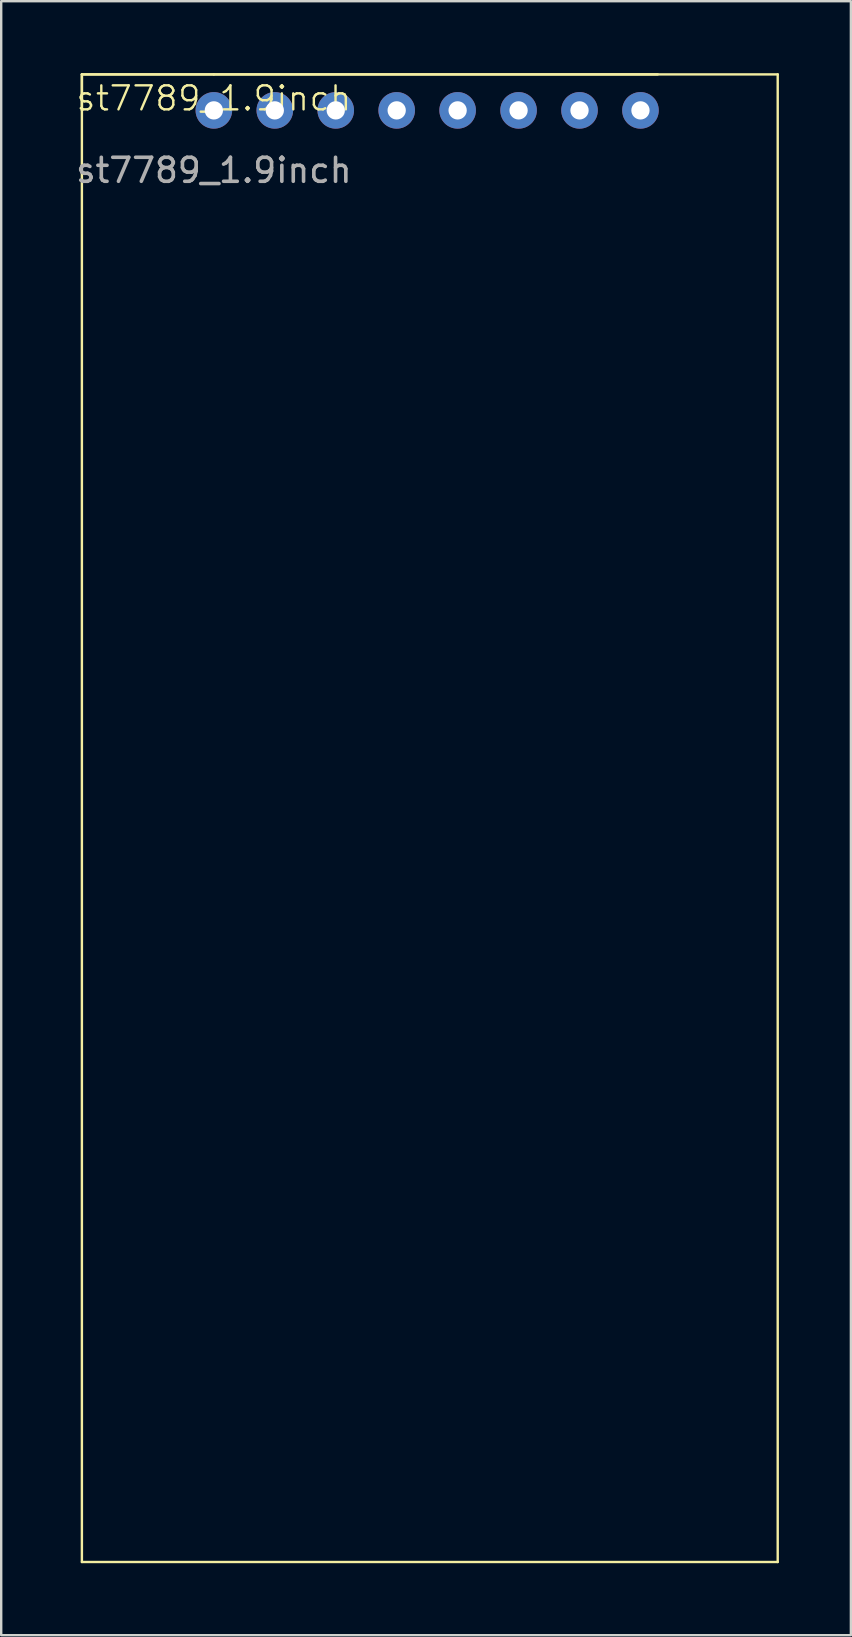
<source format=kicad_pcb>
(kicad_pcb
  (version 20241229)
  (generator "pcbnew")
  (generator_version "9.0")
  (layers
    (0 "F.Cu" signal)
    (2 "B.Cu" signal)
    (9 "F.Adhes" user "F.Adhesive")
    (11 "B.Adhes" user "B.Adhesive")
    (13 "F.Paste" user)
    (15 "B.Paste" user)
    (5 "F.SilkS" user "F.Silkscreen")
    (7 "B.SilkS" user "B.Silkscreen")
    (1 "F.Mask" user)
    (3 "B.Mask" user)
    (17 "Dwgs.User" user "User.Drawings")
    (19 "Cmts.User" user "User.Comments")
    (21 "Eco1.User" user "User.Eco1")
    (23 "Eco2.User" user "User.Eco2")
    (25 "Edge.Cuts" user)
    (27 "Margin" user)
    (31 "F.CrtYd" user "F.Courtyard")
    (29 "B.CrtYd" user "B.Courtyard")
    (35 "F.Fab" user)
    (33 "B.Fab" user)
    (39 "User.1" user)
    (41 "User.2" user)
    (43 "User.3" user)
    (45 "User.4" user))
  (footprint "st7789_1.9inch"
    (layer "F.Cu")
    (at 5.863 1.55)
    (property "Reference" "st7789_1.9inch" (at 0 -0.5 0) (unlocked yes) (layer "F.SilkS") (effects (font (size 1 1) (thickness 0.1))))
    (attr through_hole)
    (fp_line (start -5.5 -1.5) (end -5.5 60.5) (stroke (width 0.1) (type default)) (layer "F.SilkS"))
    (fp_line (start -5.5 -1.5) (end 0 -1.5) (stroke (width 0.1) (type default)) (layer "F.SilkS"))
    (fp_line (start -5.5 -1.5) (end 23.5 -1.5) (stroke (width 0.1) (type default)) (layer "F.SilkS"))
    (fp_line (start -5.5 0) (end -5.5 -1.5) (stroke (width 0.1) (type default)) (layer "F.SilkS"))
    (fp_line (start 0 -1.5) (end 18.5 -1.5) (stroke (width 0.1) (type default)) (layer "F.SilkS"))
    (fp_line (start 23.5 -1.5) (end 23.5 60.5) (stroke (width 0.1) (type default)) (layer "F.SilkS"))
    (fp_line (start 23.5 60.5) (end -5.5 60.5) (stroke (width 0.1) (type default)) (layer "F.SilkS"))
    (fp_text user "${REFERENCE}" (at 0 2.5 0) (unlocked yes) (layer "F.Fab") (effects (font (size 1 1) (thickness 0.15))))
    (pad "0" thru_hole circle (at 0 0) (size 1.524 1.524) (drill 0.762) (layers "*.Cu" "*.Mask"))
    (pad "1" thru_hole circle (at 2.54 0) (size 1.524 1.524) (drill 0.762) (layers "*.Cu" "*.Mask"))
    (pad "2" thru_hole circle (at 5.08 0) (size 1.524 1.524) (drill 0.762) (layers "*.Cu" "*.Mask"))
    (pad "3" thru_hole circle (at 7.62 0) (size 1.524 1.524) (drill 0.762) (layers "*.Cu" "*.Mask"))
    (pad "4" thru_hole circle (at 10.16 0) (size 1.524 1.524) (drill 0.762) (layers "*.Cu" "*.Mask"))
    (pad "5" thru_hole circle (at 12.7 0) (size 1.524 1.524) (drill 0.762) (layers "*.Cu" "*.Mask"))
    (pad "6" thru_hole circle (at 15.24 0) (size 1.524 1.524) (drill 0.762) (layers "*.Cu" "*.Mask"))
    (pad "7" thru_hole circle (at 17.78 0) (size 1.524 1.524) (drill 0.762) (layers "*.Cu" "*.Mask")))
  (gr_rect
    (start -3 -3)
    (end 32.413 65.1)
    (stroke (width 0.1) (type default))
    (fill no)
    (layer "Edge.Cuts")))
</source>
